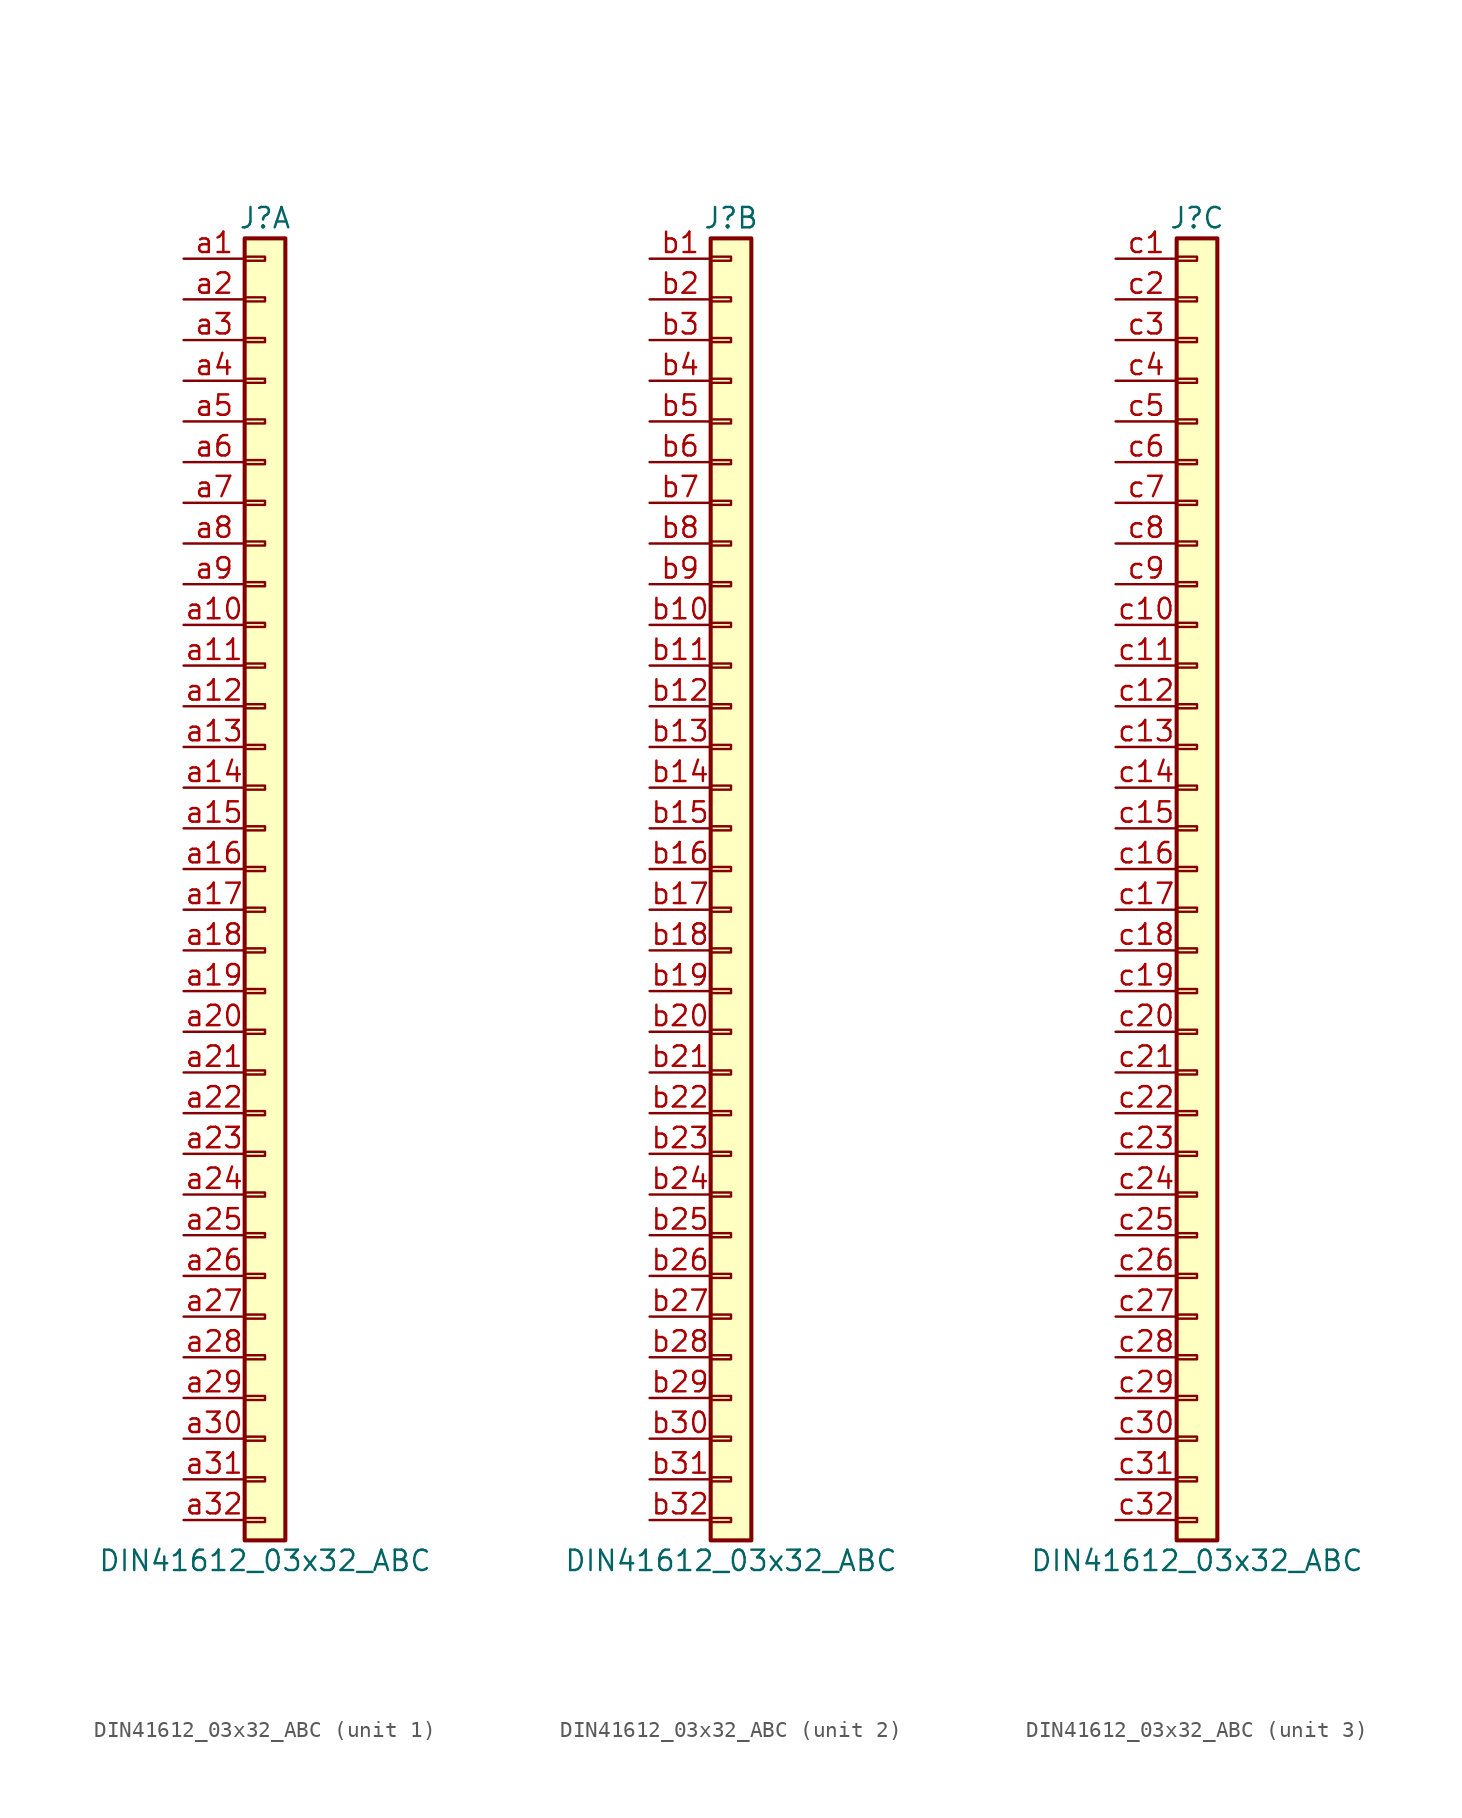
<source format=kicad_sym>
(kicad_symbol_lib
  (version 20231120)
  (generator "kicad_symbol_editor")
  (generator_version "8.0")
  (symbol "DIN41612_03x32_ABC"
    (pin_names
      (offset 1.016) hide)
    (property "Reference" "J"
      (at 0 40.64 0)
      (effects (font (size 1.27 1.27))))
    (property "Value" "DIN41612_03x32_ABC"
      (at 0 -43.18 0)
      (effects (font (size 1.27 1.27))))
    (property "ki_locked" ""
      (at 0 0 0)
      (effects (font (size 1.27 1.27))))
    (symbol "DIN41612_03x32_ABC_1_1"
      (rectangle (start -1.27 -40.513) (end 0 -40.767) (stroke (width 0.152) (type default)) (fill (type none)))
      (rectangle (start -1.27 -37.973) (end 0 -38.227) (stroke (width 0.152) (type default)) (fill (type none)))
      (rectangle (start -1.27 -35.433) (end 0 -35.687) (stroke (width 0.152) (type default)) (fill (type none)))
      (rectangle (start -1.27 -32.893) (end 0 -33.147) (stroke (width 0.152) (type default)) (fill (type none)))
      (rectangle (start -1.27 -30.353) (end 0 -30.607) (stroke (width 0.152) (type default)) (fill (type none)))
      (rectangle (start -1.27 -27.813) (end 0 -28.067) (stroke (width 0.152) (type default)) (fill (type none)))
      (rectangle (start -1.27 -25.273) (end 0 -25.527) (stroke (width 0.152) (type default)) (fill (type none)))
      (rectangle (start -1.27 -22.733) (end 0 -22.987) (stroke (width 0.152) (type default)) (fill (type none)))
      (rectangle (start -1.27 -20.193) (end 0 -20.447) (stroke (width 0.152) (type default)) (fill (type none)))
      (rectangle (start -1.27 -17.653) (end 0 -17.907) (stroke (width 0.152) (type default)) (fill (type none)))
      (rectangle (start -1.27 -15.113) (end 0 -15.367) (stroke (width 0.152) (type default)) (fill (type none)))
      (rectangle (start -1.27 -12.573) (end 0 -12.827) (stroke (width 0.152) (type default)) (fill (type none)))
      (rectangle (start -1.27 -10.033) (end 0 -10.287) (stroke (width 0.152) (type default)) (fill (type none)))
      (rectangle (start -1.27 -7.493) (end 0 -7.747) (stroke (width 0.152) (type default)) (fill (type none)))
      (rectangle (start -1.27 -4.953) (end 0 -5.207) (stroke (width 0.152) (type default)) (fill (type none)))
      (rectangle (start -1.27 -2.413) (end 0 -2.667) (stroke (width 0.152) (type default)) (fill (type none)))
      (rectangle (start -1.27 0.127) (end 0 -0.127) (stroke (width 0.152) (type default)) (fill (type none)))
      (rectangle (start -1.27 2.667) (end 0 2.413) (stroke (width 0.152) (type default)) (fill (type none)))
      (rectangle (start -1.27 5.207) (end 0 4.953) (stroke (width 0.152) (type default)) (fill (type none)))
      (rectangle (start -1.27 7.747) (end 0 7.493) (stroke (width 0.152) (type default)) (fill (type none)))
      (rectangle (start -1.27 10.287) (end 0 10.033) (stroke (width 0.152) (type default)) (fill (type none)))
      (rectangle (start -1.27 12.827) (end 0 12.573) (stroke (width 0.152) (type default)) (fill (type none)))
      (rectangle (start -1.27 15.367) (end 0 15.113) (stroke (width 0.152) (type default)) (fill (type none)))
      (rectangle (start -1.27 17.907) (end 0 17.653) (stroke (width 0.152) (type default)) (fill (type none)))
      (rectangle (start -1.27 20.447) (end 0 20.193) (stroke (width 0.152) (type default)) (fill (type none)))
      (rectangle (start -1.27 22.987) (end 0 22.733) (stroke (width 0.152) (type default)) (fill (type none)))
      (rectangle (start -1.27 25.527) (end 0 25.273) (stroke (width 0.152) (type default)) (fill (type none)))
      (rectangle (start -1.27 28.067) (end 0 27.813) (stroke (width 0.152) (type default)) (fill (type none)))
      (rectangle (start -1.27 30.607) (end 0 30.353) (stroke (width 0.152) (type default)) (fill (type none)))
      (rectangle (start -1.27 33.147) (end 0 32.893) (stroke (width 0.152) (type default)) (fill (type none)))
      (rectangle (start -1.27 35.687) (end 0 35.433) (stroke (width 0.152) (type default)) (fill (type none)))
      (rectangle (start -1.27 38.227) (end 0 37.973) (stroke (width 0.152) (type default)) (fill (type none)))
      (rectangle (start -1.27 39.37) (end 1.27 -41.91) (stroke (width 0.254) (type default)) (fill (type background)))
      (pin passive line (at -5.08 38.1 0) (length 3.81) (name "Pin_a1" (effects (font (size 1.27 1.27)))) (number "a1" (effects (font (size 1.27 1.27)))))
      (pin passive line (at -5.08 15.24 0) (length 3.81) (name "Pin_a10" (effects (font (size 1.27 1.27)))) (number "a10" (effects (font (size 1.27 1.27)))))
      (pin passive line (at -5.08 12.7 0) (length 3.81) (name "Pin_a11" (effects (font (size 1.27 1.27)))) (number "a11" (effects (font (size 1.27 1.27)))))
      (pin passive line (at -5.08 10.16 0) (length 3.81) (name "Pin_a12" (effects (font (size 1.27 1.27)))) (number "a12" (effects (font (size 1.27 1.27)))))
      (pin passive line (at -5.08 7.62 0) (length 3.81) (name "Pin_a13" (effects (font (size 1.27 1.27)))) (number "a13" (effects (font (size 1.27 1.27)))))
      (pin passive line (at -5.08 5.08 0) (length 3.81) (name "Pin_a14" (effects (font (size 1.27 1.27)))) (number "a14" (effects (font (size 1.27 1.27)))))
      (pin passive line (at -5.08 2.54 0) (length 3.81) (name "Pin_a15" (effects (font (size 1.27 1.27)))) (number "a15" (effects (font (size 1.27 1.27)))))
      (pin passive line (at -5.08 0 0) (length 3.81) (name "Pin_a16" (effects (font (size 1.27 1.27)))) (number "a16" (effects (font (size 1.27 1.27)))))
      (pin passive line (at -5.08 -2.54 0) (length 3.81) (name "Pin_a17" (effects (font (size 1.27 1.27)))) (number "a17" (effects (font (size 1.27 1.27)))))
      (pin passive line (at -5.08 -5.08 0) (length 3.81) (name "Pin_a18" (effects (font (size 1.27 1.27)))) (number "a18" (effects (font (size 1.27 1.27)))))
      (pin passive line (at -5.08 -7.62 0) (length 3.81) (name "Pin_a19" (effects (font (size 1.27 1.27)))) (number "a19" (effects (font (size 1.27 1.27)))))
      (pin passive line (at -5.08 35.56 0) (length 3.81) (name "Pin_a2" (effects (font (size 1.27 1.27)))) (number "a2" (effects (font (size 1.27 1.27)))))
      (pin passive line (at -5.08 -10.16 0) (length 3.81) (name "Pin_a20" (effects (font (size 1.27 1.27)))) (number "a20" (effects (font (size 1.27 1.27)))))
      (pin passive line (at -5.08 -12.7 0) (length 3.81) (name "Pin_a21" (effects (font (size 1.27 1.27)))) (number "a21" (effects (font (size 1.27 1.27)))))
      (pin passive line (at -5.08 -15.24 0) (length 3.81) (name "Pin_a22" (effects (font (size 1.27 1.27)))) (number "a22" (effects (font (size 1.27 1.27)))))
      (pin passive line (at -5.08 -17.78 0) (length 3.81) (name "Pin_a23" (effects (font (size 1.27 1.27)))) (number "a23" (effects (font (size 1.27 1.27)))))
      (pin passive line (at -5.08 -20.32 0) (length 3.81) (name "Pin_a24" (effects (font (size 1.27 1.27)))) (number "a24" (effects (font (size 1.27 1.27)))))
      (pin passive line (at -5.08 -22.86 0) (length 3.81) (name "Pin_a25" (effects (font (size 1.27 1.27)))) (number "a25" (effects (font (size 1.27 1.27)))))
      (pin passive line (at -5.08 -25.4 0) (length 3.81) (name "Pin_a26" (effects (font (size 1.27 1.27)))) (number "a26" (effects (font (size 1.27 1.27)))))
      (pin passive line (at -5.08 -27.94 0) (length 3.81) (name "Pin_a27" (effects (font (size 1.27 1.27)))) (number "a27" (effects (font (size 1.27 1.27)))))
      (pin passive line (at -5.08 -30.48 0) (length 3.81) (name "Pin_a28" (effects (font (size 1.27 1.27)))) (number "a28" (effects (font (size 1.27 1.27)))))
      (pin passive line (at -5.08 -33.02 0) (length 3.81) (name "Pin_a29" (effects (font (size 1.27 1.27)))) (number "a29" (effects (font (size 1.27 1.27)))))
      (pin passive line (at -5.08 33.02 0) (length 3.81) (name "Pin_a3" (effects (font (size 1.27 1.27)))) (number "a3" (effects (font (size 1.27 1.27)))))
      (pin passive line (at -5.08 -35.56 0) (length 3.81) (name "Pin_a30" (effects (font (size 1.27 1.27)))) (number "a30" (effects (font (size 1.27 1.27)))))
      (pin passive line (at -5.08 -38.1 0) (length 3.81) (name "Pin_a31" (effects (font (size 1.27 1.27)))) (number "a31" (effects (font (size 1.27 1.27)))))
      (pin passive line (at -5.08 -40.64 0) (length 3.81) (name "Pin_a32" (effects (font (size 1.27 1.27)))) (number "a32" (effects (font (size 1.27 1.27)))))
      (pin passive line (at -5.08 30.48 0) (length 3.81) (name "Pin_a4" (effects (font (size 1.27 1.27)))) (number "a4" (effects (font (size 1.27 1.27)))))
      (pin passive line (at -5.08 27.94 0) (length 3.81) (name "Pin_a5" (effects (font (size 1.27 1.27)))) (number "a5" (effects (font (size 1.27 1.27)))))
      (pin passive line (at -5.08 25.4 0) (length 3.81) (name "Pin_a6" (effects (font (size 1.27 1.27)))) (number "a6" (effects (font (size 1.27 1.27)))))
      (pin passive line (at -5.08 22.86 0) (length 3.81) (name "Pin_a7" (effects (font (size 1.27 1.27)))) (number "a7" (effects (font (size 1.27 1.27)))))
      (pin passive line (at -5.08 20.32 0) (length 3.81) (name "Pin_a8" (effects (font (size 1.27 1.27)))) (number "a8" (effects (font (size 1.27 1.27)))))
      (pin passive line (at -5.08 17.78 0) (length 3.81) (name "Pin_a9" (effects (font (size 1.27 1.27)))) (number "a9" (effects (font (size 1.27 1.27))))))
    (symbol "DIN41612_03x32_ABC_2_1"
      (rectangle (start -1.27 -40.513) (end 0 -40.767) (stroke (width 0.152) (type default)) (fill (type none)))
      (rectangle (start -1.27 -37.973) (end 0 -38.227) (stroke (width 0.152) (type default)) (fill (type none)))
      (rectangle (start -1.27 -35.433) (end 0 -35.687) (stroke (width 0.152) (type default)) (fill (type none)))
      (rectangle (start -1.27 -32.893) (end 0 -33.147) (stroke (width 0.152) (type default)) (fill (type none)))
      (rectangle (start -1.27 -30.353) (end 0 -30.607) (stroke (width 0.152) (type default)) (fill (type none)))
      (rectangle (start -1.27 -27.813) (end 0 -28.067) (stroke (width 0.152) (type default)) (fill (type none)))
      (rectangle (start -1.27 -25.273) (end 0 -25.527) (stroke (width 0.152) (type default)) (fill (type none)))
      (rectangle (start -1.27 -22.733) (end 0 -22.987) (stroke (width 0.152) (type default)) (fill (type none)))
      (rectangle (start -1.27 -20.193) (end 0 -20.447) (stroke (width 0.152) (type default)) (fill (type none)))
      (rectangle (start -1.27 -17.653) (end 0 -17.907) (stroke (width 0.152) (type default)) (fill (type none)))
      (rectangle (start -1.27 -15.113) (end 0 -15.367) (stroke (width 0.152) (type default)) (fill (type none)))
      (rectangle (start -1.27 -12.573) (end 0 -12.827) (stroke (width 0.152) (type default)) (fill (type none)))
      (rectangle (start -1.27 -10.033) (end 0 -10.287) (stroke (width 0.152) (type default)) (fill (type none)))
      (rectangle (start -1.27 -7.493) (end 0 -7.747) (stroke (width 0.152) (type default)) (fill (type none)))
      (rectangle (start -1.27 -4.953) (end 0 -5.207) (stroke (width 0.152) (type default)) (fill (type none)))
      (rectangle (start -1.27 -2.413) (end 0 -2.667) (stroke (width 0.152) (type default)) (fill (type none)))
      (rectangle (start -1.27 0.127) (end 0 -0.127) (stroke (width 0.152) (type default)) (fill (type none)))
      (rectangle (start -1.27 2.667) (end 0 2.413) (stroke (width 0.152) (type default)) (fill (type none)))
      (rectangle (start -1.27 5.207) (end 0 4.953) (stroke (width 0.152) (type default)) (fill (type none)))
      (rectangle (start -1.27 7.747) (end 0 7.493) (stroke (width 0.152) (type default)) (fill (type none)))
      (rectangle (start -1.27 10.287) (end 0 10.033) (stroke (width 0.152) (type default)) (fill (type none)))
      (rectangle (start -1.27 12.827) (end 0 12.573) (stroke (width 0.152) (type default)) (fill (type none)))
      (rectangle (start -1.27 15.367) (end 0 15.113) (stroke (width 0.152) (type default)) (fill (type none)))
      (rectangle (start -1.27 17.907) (end 0 17.653) (stroke (width 0.152) (type default)) (fill (type none)))
      (rectangle (start -1.27 20.447) (end 0 20.193) (stroke (width 0.152) (type default)) (fill (type none)))
      (rectangle (start -1.27 22.987) (end 0 22.733) (stroke (width 0.152) (type default)) (fill (type none)))
      (rectangle (start -1.27 25.527) (end 0 25.273) (stroke (width 0.152) (type default)) (fill (type none)))
      (rectangle (start -1.27 28.067) (end 0 27.813) (stroke (width 0.152) (type default)) (fill (type none)))
      (rectangle (start -1.27 30.607) (end 0 30.353) (stroke (width 0.152) (type default)) (fill (type none)))
      (rectangle (start -1.27 33.147) (end 0 32.893) (stroke (width 0.152) (type default)) (fill (type none)))
      (rectangle (start -1.27 35.687) (end 0 35.433) (stroke (width 0.152) (type default)) (fill (type none)))
      (rectangle (start -1.27 38.227) (end 0 37.973) (stroke (width 0.152) (type default)) (fill (type none)))
      (rectangle (start -1.27 39.37) (end 1.27 -41.91) (stroke (width 0.254) (type default)) (fill (type background)))
      (pin passive line (at -5.08 38.1 0) (length 3.81) (name "Pin_b1" (effects (font (size 1.27 1.27)))) (number "b1" (effects (font (size 1.27 1.27)))))
      (pin passive line (at -5.08 15.24 0) (length 3.81) (name "Pin_b10" (effects (font (size 1.27 1.27)))) (number "b10" (effects (font (size 1.27 1.27)))))
      (pin passive line (at -5.08 12.7 0) (length 3.81) (name "Pin_b11" (effects (font (size 1.27 1.27)))) (number "b11" (effects (font (size 1.27 1.27)))))
      (pin passive line (at -5.08 10.16 0) (length 3.81) (name "Pin_b12" (effects (font (size 1.27 1.27)))) (number "b12" (effects (font (size 1.27 1.27)))))
      (pin passive line (at -5.08 7.62 0) (length 3.81) (name "Pin_b13" (effects (font (size 1.27 1.27)))) (number "b13" (effects (font (size 1.27 1.27)))))
      (pin passive line (at -5.08 5.08 0) (length 3.81) (name "Pin_b14" (effects (font (size 1.27 1.27)))) (number "b14" (effects (font (size 1.27 1.27)))))
      (pin passive line (at -5.08 2.54 0) (length 3.81) (name "Pin_b15" (effects (font (size 1.27 1.27)))) (number "b15" (effects (font (size 1.27 1.27)))))
      (pin passive line (at -5.08 0 0) (length 3.81) (name "Pin_b16" (effects (font (size 1.27 1.27)))) (number "b16" (effects (font (size 1.27 1.27)))))
      (pin passive line (at -5.08 -2.54 0) (length 3.81) (name "Pin_b17" (effects (font (size 1.27 1.27)))) (number "b17" (effects (font (size 1.27 1.27)))))
      (pin passive line (at -5.08 -5.08 0) (length 3.81) (name "Pin_b18" (effects (font (size 1.27 1.27)))) (number "b18" (effects (font (size 1.27 1.27)))))
      (pin passive line (at -5.08 -7.62 0) (length 3.81) (name "Pin_b19" (effects (font (size 1.27 1.27)))) (number "b19" (effects (font (size 1.27 1.27)))))
      (pin passive line (at -5.08 35.56 0) (length 3.81) (name "Pin_b2" (effects (font (size 1.27 1.27)))) (number "b2" (effects (font (size 1.27 1.27)))))
      (pin passive line (at -5.08 -10.16 0) (length 3.81) (name "Pin_b20" (effects (font (size 1.27 1.27)))) (number "b20" (effects (font (size 1.27 1.27)))))
      (pin passive line (at -5.08 -12.7 0) (length 3.81) (name "Pin_b21" (effects (font (size 1.27 1.27)))) (number "b21" (effects (font (size 1.27 1.27)))))
      (pin passive line (at -5.08 -15.24 0) (length 3.81) (name "Pin_b22" (effects (font (size 1.27 1.27)))) (number "b22" (effects (font (size 1.27 1.27)))))
      (pin passive line (at -5.08 -17.78 0) (length 3.81) (name "Pin_b23" (effects (font (size 1.27 1.27)))) (number "b23" (effects (font (size 1.27 1.27)))))
      (pin passive line (at -5.08 -20.32 0) (length 3.81) (name "Pin_b24" (effects (font (size 1.27 1.27)))) (number "b24" (effects (font (size 1.27 1.27)))))
      (pin passive line (at -5.08 -22.86 0) (length 3.81) (name "Pin_b25" (effects (font (size 1.27 1.27)))) (number "b25" (effects (font (size 1.27 1.27)))))
      (pin passive line (at -5.08 -25.4 0) (length 3.81) (name "Pin_b26" (effects (font (size 1.27 1.27)))) (number "b26" (effects (font (size 1.27 1.27)))))
      (pin passive line (at -5.08 -27.94 0) (length 3.81) (name "Pin_b27" (effects (font (size 1.27 1.27)))) (number "b27" (effects (font (size 1.27 1.27)))))
      (pin passive line (at -5.08 -30.48 0) (length 3.81) (name "Pin_b28" (effects (font (size 1.27 1.27)))) (number "b28" (effects (font (size 1.27 1.27)))))
      (pin passive line (at -5.08 -33.02 0) (length 3.81) (name "Pin_b29" (effects (font (size 1.27 1.27)))) (number "b29" (effects (font (size 1.27 1.27)))))
      (pin passive line (at -5.08 33.02 0) (length 3.81) (name "Pin_b3" (effects (font (size 1.27 1.27)))) (number "b3" (effects (font (size 1.27 1.27)))))
      (pin passive line (at -5.08 -35.56 0) (length 3.81) (name "Pin_b30" (effects (font (size 1.27 1.27)))) (number "b30" (effects (font (size 1.27 1.27)))))
      (pin passive line (at -5.08 -38.1 0) (length 3.81) (name "Pin_b31" (effects (font (size 1.27 1.27)))) (number "b31" (effects (font (size 1.27 1.27)))))
      (pin passive line (at -5.08 -40.64 0) (length 3.81) (name "Pin_b32" (effects (font (size 1.27 1.27)))) (number "b32" (effects (font (size 1.27 1.27)))))
      (pin passive line (at -5.08 30.48 0) (length 3.81) (name "Pin_b4" (effects (font (size 1.27 1.27)))) (number "b4" (effects (font (size 1.27 1.27)))))
      (pin passive line (at -5.08 27.94 0) (length 3.81) (name "Pin_b5" (effects (font (size 1.27 1.27)))) (number "b5" (effects (font (size 1.27 1.27)))))
      (pin passive line (at -5.08 25.4 0) (length 3.81) (name "Pin_b6" (effects (font (size 1.27 1.27)))) (number "b6" (effects (font (size 1.27 1.27)))))
      (pin passive line (at -5.08 22.86 0) (length 3.81) (name "Pin_b7" (effects (font (size 1.27 1.27)))) (number "b7" (effects (font (size 1.27 1.27)))))
      (pin passive line (at -5.08 20.32 0) (length 3.81) (name "Pin_b8" (effects (font (size 1.27 1.27)))) (number "b8" (effects (font (size 1.27 1.27)))))
      (pin passive line (at -5.08 17.78 0) (length 3.81) (name "Pin_b9" (effects (font (size 1.27 1.27)))) (number "b9" (effects (font (size 1.27 1.27))))))
    (symbol "DIN41612_03x32_ABC_3_1"
      (rectangle (start -1.27 -40.513) (end 0 -40.767) (stroke (width 0.152) (type default)) (fill (type none)))
      (rectangle (start -1.27 -37.973) (end 0 -38.227) (stroke (width 0.152) (type default)) (fill (type none)))
      (rectangle (start -1.27 -35.433) (end 0 -35.687) (stroke (width 0.152) (type default)) (fill (type none)))
      (rectangle (start -1.27 -32.893) (end 0 -33.147) (stroke (width 0.152) (type default)) (fill (type none)))
      (rectangle (start -1.27 -30.353) (end 0 -30.607) (stroke (width 0.152) (type default)) (fill (type none)))
      (rectangle (start -1.27 -27.813) (end 0 -28.067) (stroke (width 0.152) (type default)) (fill (type none)))
      (rectangle (start -1.27 -25.273) (end 0 -25.527) (stroke (width 0.152) (type default)) (fill (type none)))
      (rectangle (start -1.27 -22.733) (end 0 -22.987) (stroke (width 0.152) (type default)) (fill (type none)))
      (rectangle (start -1.27 -20.193) (end 0 -20.447) (stroke (width 0.152) (type default)) (fill (type none)))
      (rectangle (start -1.27 -17.653) (end 0 -17.907) (stroke (width 0.152) (type default)) (fill (type none)))
      (rectangle (start -1.27 -15.113) (end 0 -15.367) (stroke (width 0.152) (type default)) (fill (type none)))
      (rectangle (start -1.27 -12.573) (end 0 -12.827) (stroke (width 0.152) (type default)) (fill (type none)))
      (rectangle (start -1.27 -10.033) (end 0 -10.287) (stroke (width 0.152) (type default)) (fill (type none)))
      (rectangle (start -1.27 -7.493) (end 0 -7.747) (stroke (width 0.152) (type default)) (fill (type none)))
      (rectangle (start -1.27 -4.953) (end 0 -5.207) (stroke (width 0.152) (type default)) (fill (type none)))
      (rectangle (start -1.27 -2.413) (end 0 -2.667) (stroke (width 0.152) (type default)) (fill (type none)))
      (rectangle (start -1.27 0.127) (end 0 -0.127) (stroke (width 0.152) (type default)) (fill (type none)))
      (rectangle (start -1.27 2.667) (end 0 2.413) (stroke (width 0.152) (type default)) (fill (type none)))
      (rectangle (start -1.27 5.207) (end 0 4.953) (stroke (width 0.152) (type default)) (fill (type none)))
      (rectangle (start -1.27 7.747) (end 0 7.493) (stroke (width 0.152) (type default)) (fill (type none)))
      (rectangle (start -1.27 10.287) (end 0 10.033) (stroke (width 0.152) (type default)) (fill (type none)))
      (rectangle (start -1.27 12.827) (end 0 12.573) (stroke (width 0.152) (type default)) (fill (type none)))
      (rectangle (start -1.27 15.367) (end 0 15.113) (stroke (width 0.152) (type default)) (fill (type none)))
      (rectangle (start -1.27 17.907) (end 0 17.653) (stroke (width 0.152) (type default)) (fill (type none)))
      (rectangle (start -1.27 20.447) (end 0 20.193) (stroke (width 0.152) (type default)) (fill (type none)))
      (rectangle (start -1.27 22.987) (end 0 22.733) (stroke (width 0.152) (type default)) (fill (type none)))
      (rectangle (start -1.27 25.527) (end 0 25.273) (stroke (width 0.152) (type default)) (fill (type none)))
      (rectangle (start -1.27 28.067) (end 0 27.813) (stroke (width 0.152) (type default)) (fill (type none)))
      (rectangle (start -1.27 30.607) (end 0 30.353) (stroke (width 0.152) (type default)) (fill (type none)))
      (rectangle (start -1.27 33.147) (end 0 32.893) (stroke (width 0.152) (type default)) (fill (type none)))
      (rectangle (start -1.27 35.687) (end 0 35.433) (stroke (width 0.152) (type default)) (fill (type none)))
      (rectangle (start -1.27 38.227) (end 0 37.973) (stroke (width 0.152) (type default)) (fill (type none)))
      (rectangle (start -1.27 39.37) (end 1.27 -41.91) (stroke (width 0.254) (type default)) (fill (type background)))
      (pin passive line (at -5.08 38.1 0) (length 3.81) (name "Pin_c1" (effects (font (size 1.27 1.27)))) (number "c1" (effects (font (size 1.27 1.27)))))
      (pin passive line (at -5.08 15.24 0) (length 3.81) (name "Pin_c10" (effects (font (size 1.27 1.27)))) (number "c10" (effects (font (size 1.27 1.27)))))
      (pin passive line (at -5.08 12.7 0) (length 3.81) (name "Pin_c11" (effects (font (size 1.27 1.27)))) (number "c11" (effects (font (size 1.27 1.27)))))
      (pin passive line (at -5.08 10.16 0) (length 3.81) (name "Pin_c12" (effects (font (size 1.27 1.27)))) (number "c12" (effects (font (size 1.27 1.27)))))
      (pin passive line (at -5.08 7.62 0) (length 3.81) (name "Pin_c13" (effects (font (size 1.27 1.27)))) (number "c13" (effects (font (size 1.27 1.27)))))
      (pin passive line (at -5.08 5.08 0) (length 3.81) (name "Pin_c14" (effects (font (size 1.27 1.27)))) (number "c14" (effects (font (size 1.27 1.27)))))
      (pin passive line (at -5.08 2.54 0) (length 3.81) (name "Pin_c15" (effects (font (size 1.27 1.27)))) (number "c15" (effects (font (size 1.27 1.27)))))
      (pin passive line (at -5.08 0 0) (length 3.81) (name "Pin_c16" (effects (font (size 1.27 1.27)))) (number "c16" (effects (font (size 1.27 1.27)))))
      (pin passive line (at -5.08 -2.54 0) (length 3.81) (name "Pin_c17" (effects (font (size 1.27 1.27)))) (number "c17" (effects (font (size 1.27 1.27)))))
      (pin passive line (at -5.08 -5.08 0) (length 3.81) (name "Pin_c18" (effects (font (size 1.27 1.27)))) (number "c18" (effects (font (size 1.27 1.27)))))
      (pin passive line (at -5.08 -7.62 0) (length 3.81) (name "Pin_c19" (effects (font (size 1.27 1.27)))) (number "c19" (effects (font (size 1.27 1.27)))))
      (pin passive line (at -5.08 35.56 0) (length 3.81) (name "Pin_c2" (effects (font (size 1.27 1.27)))) (number "c2" (effects (font (size 1.27 1.27)))))
      (pin passive line (at -5.08 -10.16 0) (length 3.81) (name "Pin_c20" (effects (font (size 1.27 1.27)))) (number "c20" (effects (font (size 1.27 1.27)))))
      (pin passive line (at -5.08 -12.7 0) (length 3.81) (name "Pin_c21" (effects (font (size 1.27 1.27)))) (number "c21" (effects (font (size 1.27 1.27)))))
      (pin passive line (at -5.08 -15.24 0) (length 3.81) (name "Pin_c22" (effects (font (size 1.27 1.27)))) (number "c22" (effects (font (size 1.27 1.27)))))
      (pin passive line (at -5.08 -17.78 0) (length 3.81) (name "Pin_c23" (effects (font (size 1.27 1.27)))) (number "c23" (effects (font (size 1.27 1.27)))))
      (pin passive line (at -5.08 -20.32 0) (length 3.81) (name "Pin_c24" (effects (font (size 1.27 1.27)))) (number "c24" (effects (font (size 1.27 1.27)))))
      (pin passive line (at -5.08 -22.86 0) (length 3.81) (name "Pin_c25" (effects (font (size 1.27 1.27)))) (number "c25" (effects (font (size 1.27 1.27)))))
      (pin passive line (at -5.08 -25.4 0) (length 3.81) (name "Pin_c26" (effects (font (size 1.27 1.27)))) (number "c26" (effects (font (size 1.27 1.27)))))
      (pin passive line (at -5.08 -27.94 0) (length 3.81) (name "Pin_c27" (effects (font (size 1.27 1.27)))) (number "c27" (effects (font (size 1.27 1.27)))))
      (pin passive line (at -5.08 -30.48 0) (length 3.81) (name "Pin_c28" (effects (font (size 1.27 1.27)))) (number "c28" (effects (font (size 1.27 1.27)))))
      (pin passive line (at -5.08 -33.02 0) (length 3.81) (name "Pin_c29" (effects (font (size 1.27 1.27)))) (number "c29" (effects (font (size 1.27 1.27)))))
      (pin passive line (at -5.08 33.02 0) (length 3.81) (name "Pin_c3" (effects (font (size 1.27 1.27)))) (number "c3" (effects (font (size 1.27 1.27)))))
      (pin passive line (at -5.08 -35.56 0) (length 3.81) (name "Pin_c30" (effects (font (size 1.27 1.27)))) (number "c30" (effects (font (size 1.27 1.27)))))
      (pin passive line (at -5.08 -38.1 0) (length 3.81) (name "Pin_c31" (effects (font (size 1.27 1.27)))) (number "c31" (effects (font (size 1.27 1.27)))))
      (pin passive line (at -5.08 -40.64 0) (length 3.81) (name "Pin_c32" (effects (font (size 1.27 1.27)))) (number "c32" (effects (font (size 1.27 1.27)))))
      (pin passive line (at -5.08 30.48 0) (length 3.81) (name "Pin_c4" (effects (font (size 1.27 1.27)))) (number "c4" (effects (font (size 1.27 1.27)))))
      (pin passive line (at -5.08 27.94 0) (length 3.81) (name "Pin_c5" (effects (font (size 1.27 1.27)))) (number "c5" (effects (font (size 1.27 1.27)))))
      (pin passive line (at -5.08 25.4 0) (length 3.81) (name "Pin_c6" (effects (font (size 1.27 1.27)))) (number "c6" (effects (font (size 1.27 1.27)))))
      (pin passive line (at -5.08 22.86 0) (length 3.81) (name "Pin_c7" (effects (font (size 1.27 1.27)))) (number "c7" (effects (font (size 1.27 1.27)))))
      (pin passive line (at -5.08 20.32 0) (length 3.81) (name "Pin_c8" (effects (font (size 1.27 1.27)))) (number "c8" (effects (font (size 1.27 1.27)))))
      (pin passive line (at -5.08 17.78 0) (length 3.81) (name "Pin_c9" (effects (font (size 1.27 1.27)))) (number "c9" (effects (font (size 1.27 1.27))))))))
</source>
